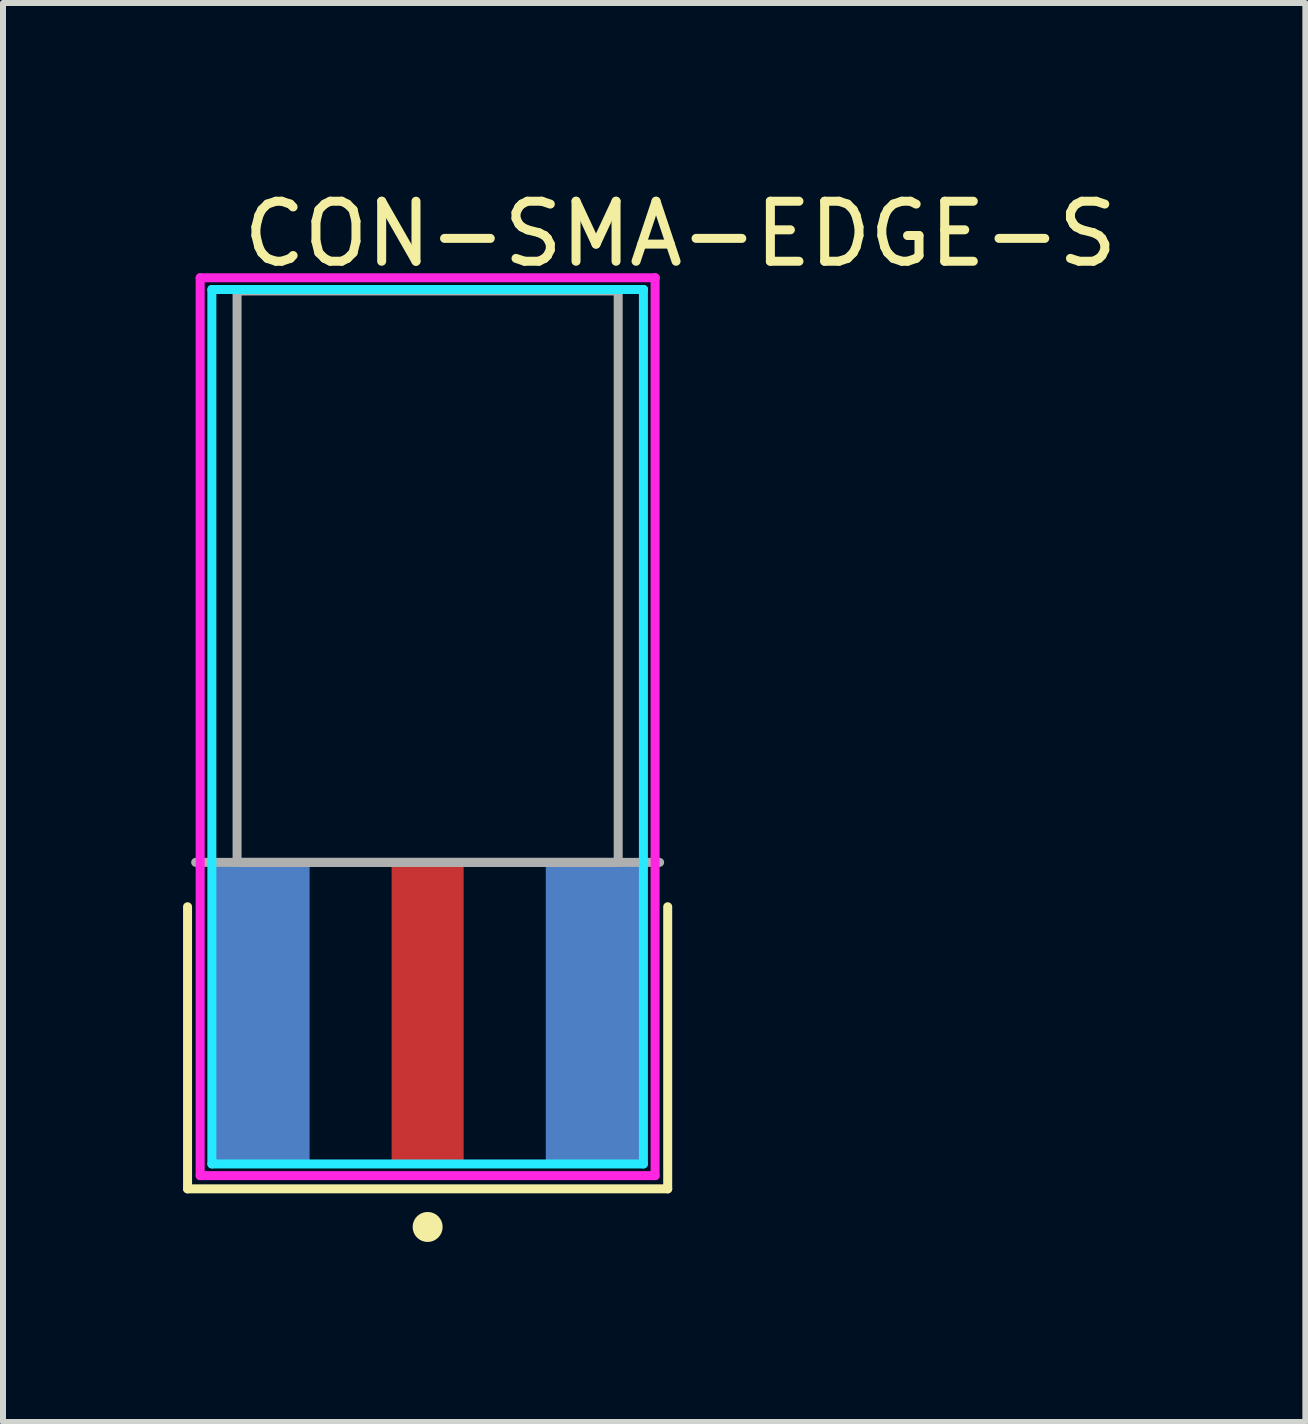
<source format=kicad_pcb>
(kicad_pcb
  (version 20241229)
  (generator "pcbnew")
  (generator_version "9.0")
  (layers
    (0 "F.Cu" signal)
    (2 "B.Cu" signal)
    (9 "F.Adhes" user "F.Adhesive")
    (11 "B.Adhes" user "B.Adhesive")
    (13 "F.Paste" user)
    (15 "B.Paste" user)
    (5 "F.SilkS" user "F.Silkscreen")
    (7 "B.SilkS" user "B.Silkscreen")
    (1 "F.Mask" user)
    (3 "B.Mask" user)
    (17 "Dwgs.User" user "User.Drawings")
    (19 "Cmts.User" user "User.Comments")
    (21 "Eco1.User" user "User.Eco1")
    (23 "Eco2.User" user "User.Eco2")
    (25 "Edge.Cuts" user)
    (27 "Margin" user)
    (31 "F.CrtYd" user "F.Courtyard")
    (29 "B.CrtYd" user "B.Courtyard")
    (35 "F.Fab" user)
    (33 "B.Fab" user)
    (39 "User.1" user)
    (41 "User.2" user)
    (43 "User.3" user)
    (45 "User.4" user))
  (footprint "CON-SMA-EDGE-S"
    (layer "F.Cu")
    (at 4.075 6.558)
    (property "Reference" "CON-SMA-EDGE-S" (at -3.15 -5.71 0) (layer "F.SilkS") (effects (font (size 1 1) (thickness 0.15)) (justify left)))
    (attr through_hole)
    (fp_line (start -4 5.5) (end -4 10.2) (stroke (width 0.15) (type solid)) (layer "F.SilkS"))
    (fp_line (start -4 10.2) (end 4 10.2) (stroke (width 0.15) (type solid)) (layer "F.SilkS"))
    (fp_line (start 4 5.5) (end 4 10.2) (stroke (width 0.15) (type solid)) (layer "F.SilkS"))
    (fp_circle (center 0 10.835) (end 0.125 10.835) (stroke (width 0.25) (type solid)) (fill no) (layer "F.SilkS"))
    (fp_line (start -3.595 -4.785) (end -3.595 9.785) (stroke (width 0.15) (type solid)) (layer "B.CrtYd"))
    (fp_line (start -3.595 9.785) (end 3.595 9.785) (stroke (width 0.15) (type solid)) (layer "B.CrtYd"))
    (fp_line (start 3.595 -4.785) (end -3.595 -4.785) (stroke (width 0.15) (type solid)) (layer "B.CrtYd"))
    (fp_line (start 3.595 -4.785) (end 3.595 -4.785) (stroke (width 0.15) (type solid)) (layer "B.CrtYd"))
    (fp_line (start 3.595 9.785) (end 3.595 -4.785) (stroke (width 0.15) (type solid)) (layer "B.CrtYd"))
    (fp_line (start -3.79 -4.98) (end -3.79 9.98) (stroke (width 0.15) (type solid)) (layer "F.CrtYd"))
    (fp_line (start -3.79 9.98) (end 3.79 9.98) (stroke (width 0.15) (type solid)) (layer "F.CrtYd"))
    (fp_line (start 3.79 -4.98) (end -3.79 -4.98) (stroke (width 0.15) (type solid)) (layer "F.CrtYd"))
    (fp_line (start 3.79 -4.98) (end 3.79 -4.98) (stroke (width 0.15) (type solid)) (layer "F.CrtYd"))
    (fp_line (start 3.79 9.98) (end 3.79 -4.98) (stroke (width 0.15) (type solid)) (layer "F.CrtYd"))
    (fp_line (start -3.175 -4.76) (end 3.175 -4.76) (stroke (width 0.15) (type solid)) (layer "F.Fab"))
    (fp_line (start -3.175 4.76) (end -3.175 -4.76) (stroke (width 0.15) (type solid)) (layer "F.Fab"))
    (fp_line (start 3.175 -4.76) (end 3.175 4.76) (stroke (width 0.15) (type solid)) (layer "F.Fab"))
    (fp_line (start 3.175 4.76) (end -3.175 4.76) (stroke (width 0.15) (type solid)) (layer "F.Fab"))
    (fp_line (start 3.865 4.76) (end -3.865 4.76) (stroke (width 0.15) (type solid)) (layer "F.Fab"))
    (pad "1" smd rect (at 0 7.26) (size 1.2 5) (layers "F.Cu" "F.Mask" "F.Paste"))
    (pad "2" smd rect (at -2.77 7.26) (size 1.6 5) (layers "F.Cu" "F.Mask" "F.Paste"))
    (pad "2" smd rect (at -2.77 7.26) (size 1.6 5) (layers "B.Cu" "B.Mask" "B.Paste"))
    (pad "2" smd rect (at 2.77 7.26) (size 1.6 5) (layers "F.Cu" "F.Mask" "F.Paste"))
    (pad "2" smd rect (at 2.77 7.26) (size 1.6 5) (layers "B.Cu" "B.Mask" "B.Paste")))
  (gr_rect
    (start -3 -3)
    (end 18.699 20.643)
    (stroke (width 0.1) (type default))
    (fill no)
    (layer "Edge.Cuts")))
</source>
